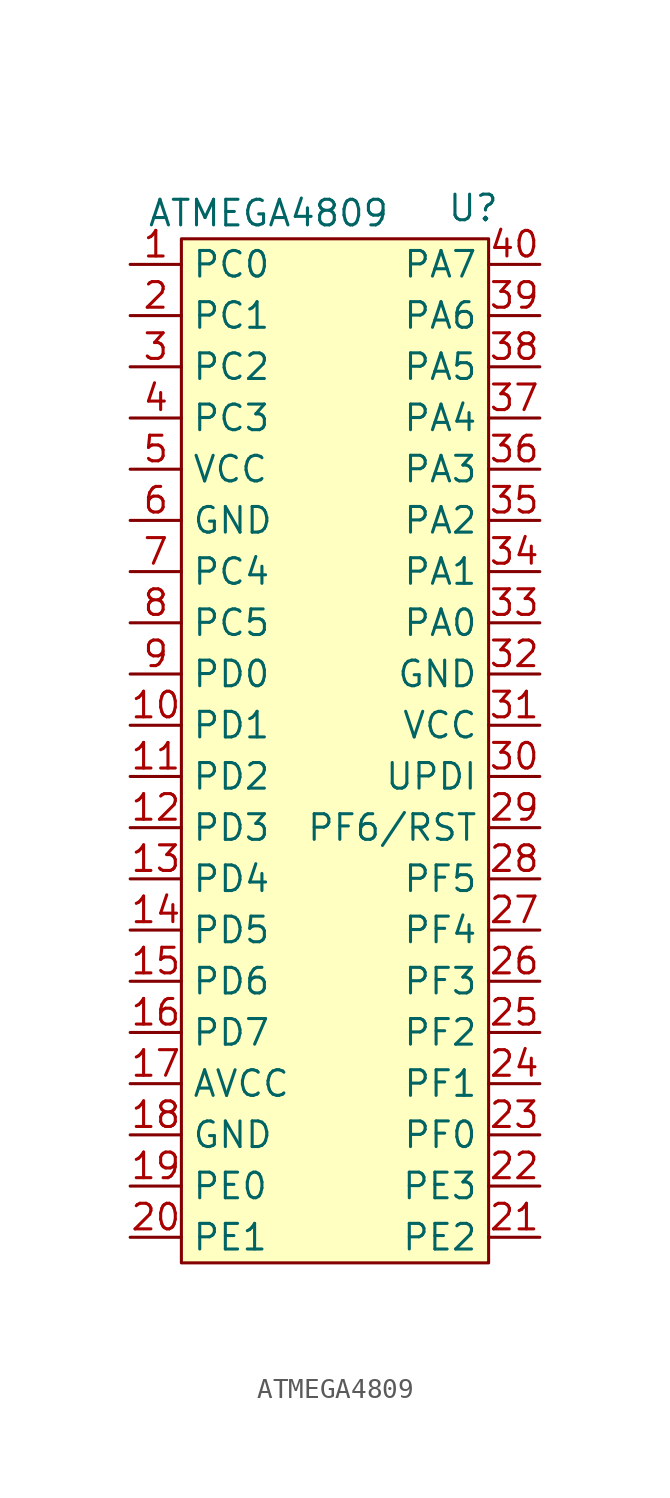
<source format=kicad_sym>
(kicad_symbol_lib
  (version 20231120)
  (generator "kicad_symbol_editor")
  (generator_version "8.0")
  (symbol "ATMEGA4809"
    (property "Reference" "U"
      (at 6.858 28.194 0)
      (effects (font (size 1.27 1.27))))
    (property "Value" "ATMEGA4809"
      (at -3.302 27.94 0)
      (effects (font (size 1.27 1.27))))
    (symbol "ATMEGA4809_1_1"
      (rectangle (start -7.62 26.67) (end 7.62 -24.13) (stroke (width 0) (type default)) (fill (type background)))
      (pin bidirectional line (at -10.16 25.4 0) (length 2.54) (name "PC0" (effects (font (size 1.27 1.27)))) (number "1" (effects (font (size 1.27 1.27)))))
      (pin bidirectional line (at -10.16 2.54 0) (length 2.54) (name "PD1" (effects (font (size 1.27 1.27)))) (number "10" (effects (font (size 1.27 1.27)))))
      (pin bidirectional line (at -10.16 0 0) (length 2.54) (name "PD2" (effects (font (size 1.27 1.27)))) (number "11" (effects (font (size 1.27 1.27)))))
      (pin bidirectional line (at -10.16 -2.54 0) (length 2.54) (name "PD3" (effects (font (size 1.27 1.27)))) (number "12" (effects (font (size 1.27 1.27)))))
      (pin bidirectional line (at -10.16 -5.08 0) (length 2.54) (name "PD4" (effects (font (size 1.27 1.27)))) (number "13" (effects (font (size 1.27 1.27)))))
      (pin bidirectional line (at -10.16 -7.62 0) (length 2.54) (name "PD5" (effects (font (size 1.27 1.27)))) (number "14" (effects (font (size 1.27 1.27)))))
      (pin bidirectional line (at -10.16 -10.16 0) (length 2.54) (name "PD6" (effects (font (size 1.27 1.27)))) (number "15" (effects (font (size 1.27 1.27)))))
      (pin bidirectional line (at -10.16 -12.7 0) (length 2.54) (name "PD7" (effects (font (size 1.27 1.27)))) (number "16" (effects (font (size 1.27 1.27)))))
      (pin power_in line (at -10.16 -15.24 0) (length 2.54) (name "AVCC" (effects (font (size 1.27 1.27)))) (number "17" (effects (font (size 1.27 1.27)))))
      (pin power_in line (at -10.16 -17.78 0) (length 2.54) (name "GND" (effects (font (size 1.27 1.27)))) (number "18" (effects (font (size 1.27 1.27)))))
      (pin bidirectional line (at -10.16 -20.32 0) (length 2.54) (name "PE0" (effects (font (size 1.27 1.27)))) (number "19" (effects (font (size 1.27 1.27)))))
      (pin bidirectional line (at -10.16 22.86 0) (length 2.54) (name "PC1" (effects (font (size 1.27 1.27)))) (number "2" (effects (font (size 1.27 1.27)))))
      (pin bidirectional line (at -10.16 -22.86 0) (length 2.54) (name "PE1" (effects (font (size 1.27 1.27)))) (number "20" (effects (font (size 1.27 1.27)))))
      (pin bidirectional line (at 10.16 -22.86 180) (length 2.54) (name "PE2" (effects (font (size 1.27 1.27)))) (number "21" (effects (font (size 1.27 1.27)))))
      (pin bidirectional line (at 10.16 -20.32 180) (length 2.54) (name "PE3" (effects (font (size 1.27 1.27)))) (number "22" (effects (font (size 1.27 1.27)))))
      (pin bidirectional line (at 10.16 -17.78 180) (length 2.54) (name "PF0" (effects (font (size 1.27 1.27)))) (number "23" (effects (font (size 1.27 1.27)))))
      (pin bidirectional line (at 10.16 -15.24 180) (length 2.54) (name "PF1" (effects (font (size 1.27 1.27)))) (number "24" (effects (font (size 1.27 1.27)))))
      (pin bidirectional line (at 10.16 -12.7 180) (length 2.54) (name "PF2" (effects (font (size 1.27 1.27)))) (number "25" (effects (font (size 1.27 1.27)))))
      (pin bidirectional line (at 10.16 -10.16 180) (length 2.54) (name "PF3" (effects (font (size 1.27 1.27)))) (number "26" (effects (font (size 1.27 1.27)))))
      (pin bidirectional line (at 10.16 -7.62 180) (length 2.54) (name "PF4" (effects (font (size 1.27 1.27)))) (number "27" (effects (font (size 1.27 1.27)))))
      (pin bidirectional line (at 10.16 -5.08 180) (length 2.54) (name "PF5" (effects (font (size 1.27 1.27)))) (number "28" (effects (font (size 1.27 1.27)))))
      (pin bidirectional line (at 10.16 -2.54 180) (length 2.54) (name "PF6/RST" (effects (font (size 1.27 1.27)))) (number "29" (effects (font (size 1.27 1.27)))))
      (pin bidirectional line (at -10.16 20.32 0) (length 2.54) (name "PC2" (effects (font (size 1.27 1.27)))) (number "3" (effects (font (size 1.27 1.27)))))
      (pin bidirectional line (at 10.16 0 180) (length 2.54) (name "UPDI" (effects (font (size 1.27 1.27)))) (number "30" (effects (font (size 1.27 1.27)))))
      (pin power_in line (at 10.16 2.54 180) (length 2.54) (name "VCC" (effects (font (size 1.27 1.27)))) (number "31" (effects (font (size 1.27 1.27)))))
      (pin power_in line (at 10.16 5.08 180) (length 2.54) (name "GND" (effects (font (size 1.27 1.27)))) (number "32" (effects (font (size 1.27 1.27)))))
      (pin bidirectional line (at 10.16 7.62 180) (length 2.54) (name "PA0" (effects (font (size 1.27 1.27)))) (number "33" (effects (font (size 1.27 1.27)))))
      (pin bidirectional line (at 10.16 10.16 180) (length 2.54) (name "PA1" (effects (font (size 1.27 1.27)))) (number "34" (effects (font (size 1.27 1.27)))))
      (pin bidirectional line (at 10.16 12.7 180) (length 2.54) (name "PA2" (effects (font (size 1.27 1.27)))) (number "35" (effects (font (size 1.27 1.27)))))
      (pin bidirectional line (at 10.16 15.24 180) (length 2.54) (name "PA3" (effects (font (size 1.27 1.27)))) (number "36" (effects (font (size 1.27 1.27)))))
      (pin bidirectional line (at 10.16 17.78 180) (length 2.54) (name "PA4" (effects (font (size 1.27 1.27)))) (number "37" (effects (font (size 1.27 1.27)))))
      (pin bidirectional line (at 10.16 20.32 180) (length 2.54) (name "PA5" (effects (font (size 1.27 1.27)))) (number "38" (effects (font (size 1.27 1.27)))))
      (pin bidirectional line (at 10.16 22.86 180) (length 2.54) (name "PA6" (effects (font (size 1.27 1.27)))) (number "39" (effects (font (size 1.27 1.27)))))
      (pin bidirectional line (at -10.16 17.78 0) (length 2.54) (name "PC3" (effects (font (size 1.27 1.27)))) (number "4" (effects (font (size 1.27 1.27)))))
      (pin bidirectional line (at 10.16 25.4 180) (length 2.54) (name "PA7" (effects (font (size 1.27 1.27)))) (number "40" (effects (font (size 1.27 1.27)))))
      (pin power_in line (at -10.16 15.24 0) (length 2.54) (name "VCC" (effects (font (size 1.27 1.27)))) (number "5" (effects (font (size 1.27 1.27)))))
      (pin power_in line (at -10.16 12.7 0) (length 2.54) (name "GND" (effects (font (size 1.27 1.27)))) (number "6" (effects (font (size 1.27 1.27)))))
      (pin bidirectional line (at -10.16 10.16 0) (length 2.54) (name "PC4" (effects (font (size 1.27 1.27)))) (number "7" (effects (font (size 1.27 1.27)))))
      (pin bidirectional line (at -10.16 7.62 0) (length 2.54) (name "PC5" (effects (font (size 1.27 1.27)))) (number "8" (effects (font (size 1.27 1.27)))))
      (pin bidirectional line (at -10.16 5.08 0) (length 2.54) (name "PD0" (effects (font (size 1.27 1.27)))) (number "9" (effects (font (size 1.27 1.27))))))))
</source>
